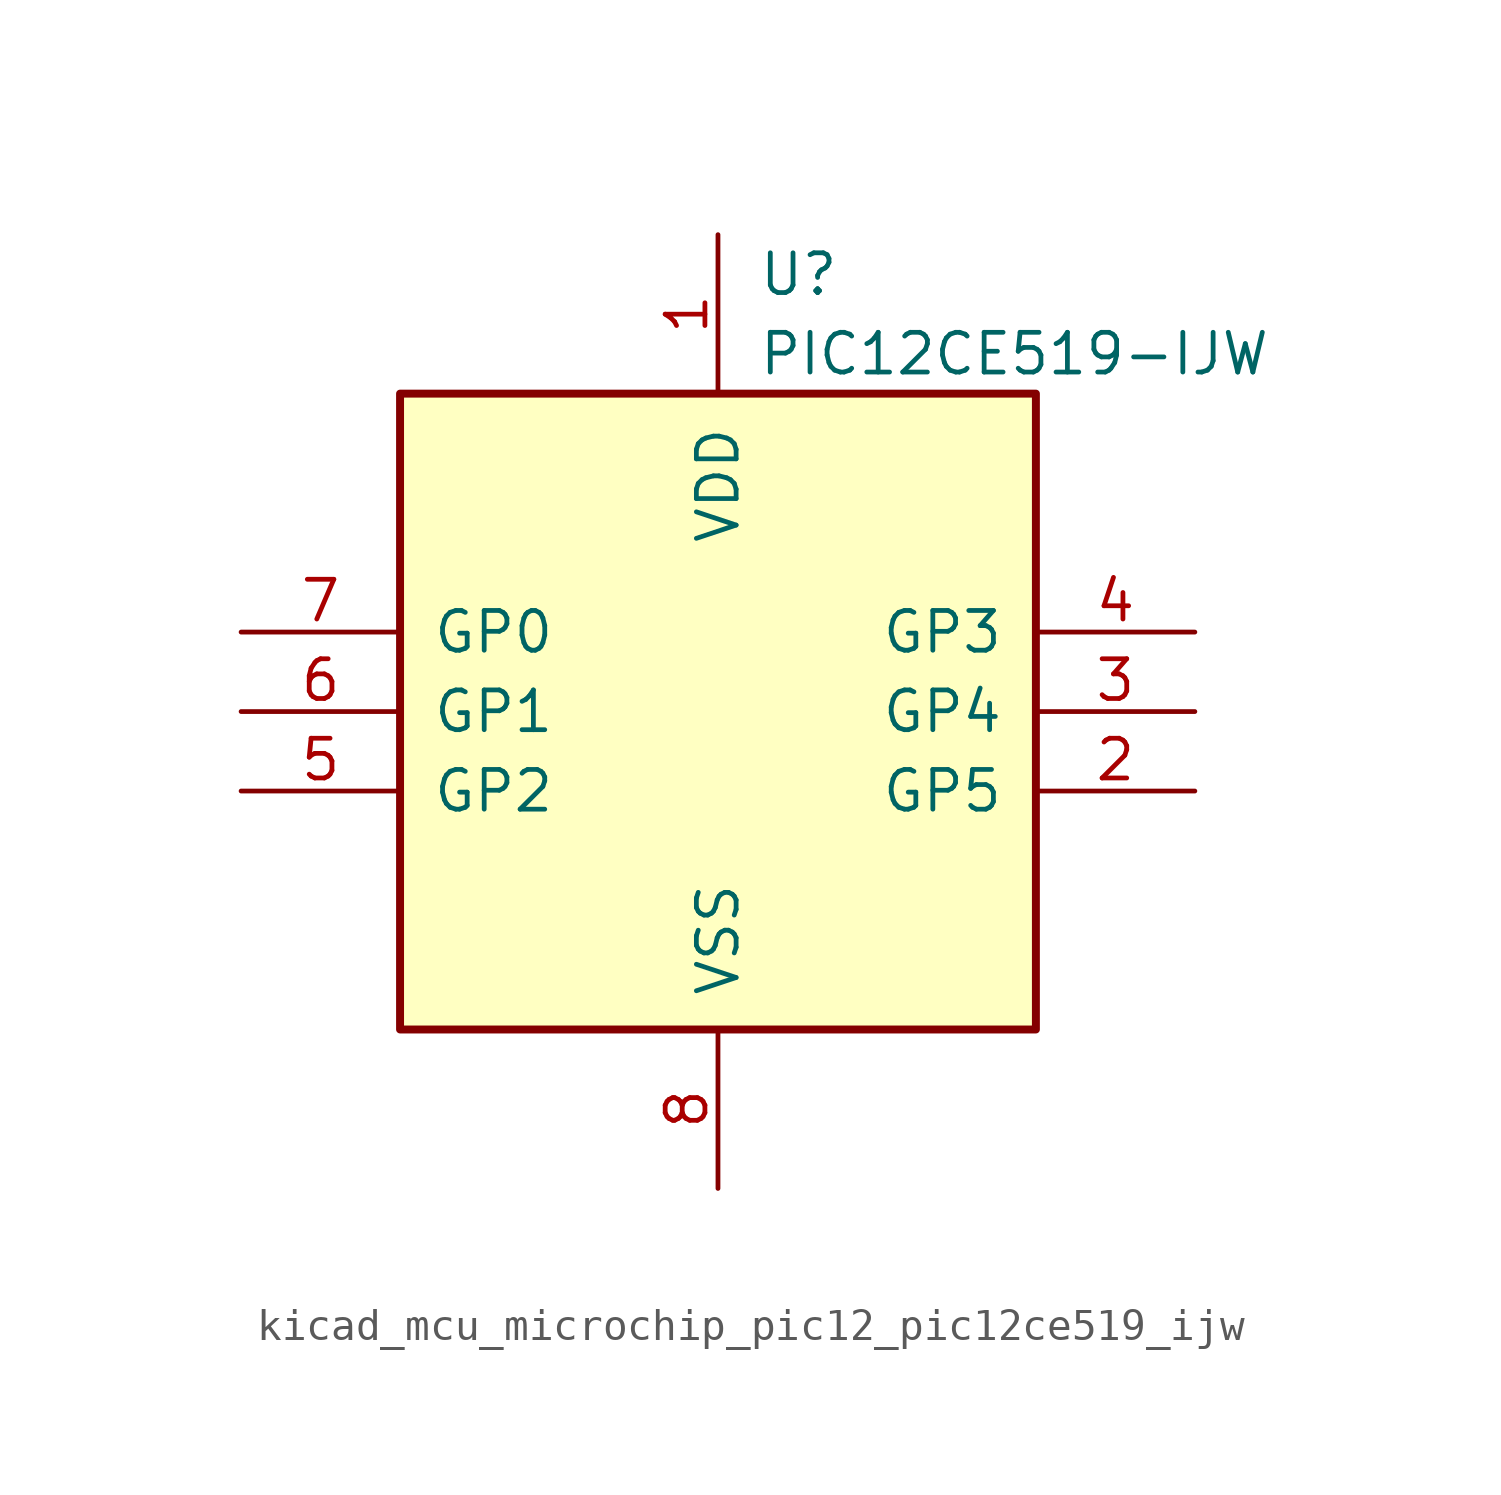
<source format=kicad_sym>
(kicad_symbol_lib
  (version 20220914)
  (generator kicad_symbol_editor)
  (symbol "kicad_mcu_microchip_pic12_pic12ce519_ijw"
    (pin_names
      (offset 1.016))
    (property "Reference" "U"
      (at 1.27 13.97 0)
      (effects (font (size 1.27 1.27)) (justify left)))
    (property "Value" "PIC12CE519-IJW"
      (at 1.27 11.43 0)
      (effects (font (size 1.27 1.27)) (justify left)))
    (symbol "kicad_mcu_microchip_pic12_pic12ce519_ijw_0_1"
      (rectangle (start 10.16 -10.16) (end -10.16 10.16) (stroke (width 0.254) (type default)) (fill (type background))))
    (symbol "kicad_mcu_microchip_pic12_pic12ce519_ijw_1_1"
      (pin power_in line (at 0 15.24 270) (length 5.08) (name "VDD" (effects (font (size 1.27 1.27)))) (number "1" (effects (font (size 1.27 1.27)))))
      (pin bidirectional line (at 15.24 -2.54 180) (length 5.08) (name "GP5" (effects (font (size 1.27 1.27)))) (number "2" (effects (font (size 1.27 1.27)))))
      (pin bidirectional line (at 15.24 0 180) (length 5.08) (name "GP4" (effects (font (size 1.27 1.27)))) (number "3" (effects (font (size 1.27 1.27)))))
      (pin input line (at 15.24 2.54 180) (length 5.08) (name "GP3" (effects (font (size 1.27 1.27)))) (number "4" (effects (font (size 1.27 1.27)))))
      (pin bidirectional line (at -15.24 -2.54 0) (length 5.08) (name "GP2" (effects (font (size 1.27 1.27)))) (number "5" (effects (font (size 1.27 1.27)))))
      (pin bidirectional line (at -15.24 0 0) (length 5.08) (name "GP1" (effects (font (size 1.27 1.27)))) (number "6" (effects (font (size 1.27 1.27)))))
      (pin bidirectional line (at -15.24 2.54 0) (length 5.08) (name "GP0" (effects (font (size 1.27 1.27)))) (number "7" (effects (font (size 1.27 1.27)))))
      (pin power_in line (at 0 -15.24 90) (length 5.08) (name "VSS" (effects (font (size 1.27 1.27)))) (number "8" (effects (font (size 1.27 1.27))))))))
</source>
